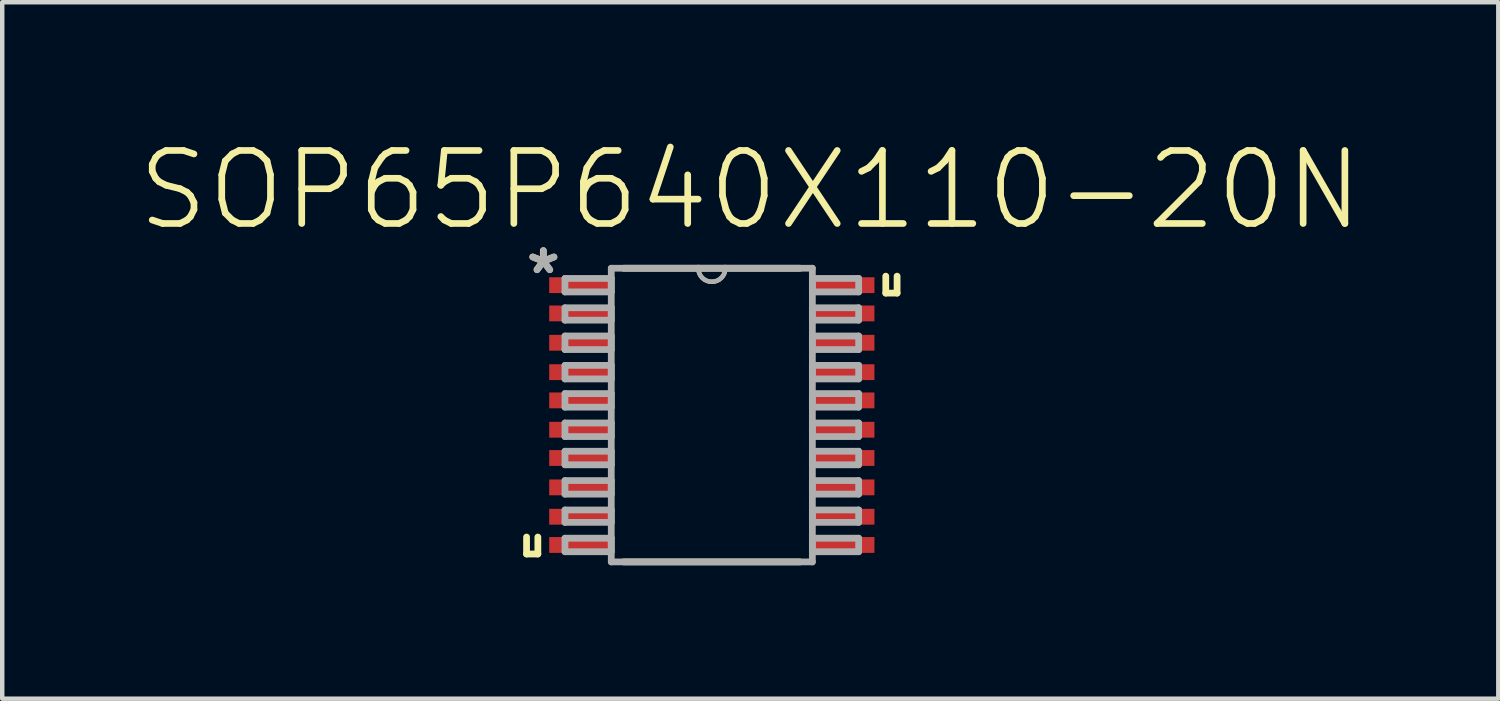
<source format=kicad_pcb>
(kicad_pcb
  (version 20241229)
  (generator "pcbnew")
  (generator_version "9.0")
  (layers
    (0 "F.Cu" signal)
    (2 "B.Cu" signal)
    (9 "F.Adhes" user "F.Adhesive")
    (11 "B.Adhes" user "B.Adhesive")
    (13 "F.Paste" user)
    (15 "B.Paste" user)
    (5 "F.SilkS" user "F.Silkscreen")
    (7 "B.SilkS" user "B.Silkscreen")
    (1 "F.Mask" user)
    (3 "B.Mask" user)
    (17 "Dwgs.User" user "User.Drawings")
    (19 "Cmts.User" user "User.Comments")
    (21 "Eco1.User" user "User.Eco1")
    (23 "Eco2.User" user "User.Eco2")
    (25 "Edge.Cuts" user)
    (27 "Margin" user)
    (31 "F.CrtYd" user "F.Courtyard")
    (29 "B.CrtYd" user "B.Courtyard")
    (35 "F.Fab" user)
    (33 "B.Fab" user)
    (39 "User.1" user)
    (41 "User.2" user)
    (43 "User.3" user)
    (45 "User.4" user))
  (footprint "SOP65P640X110-20N"
    (layer "F.Cu")
    (at 12.957 6.284)
    (property "Reference" "SOP65P640X110-20N" (at 0.865 -5.06 0) (layer "F.SilkS") (effects (font (size 1.642 1.642) (thickness 0.15))))
    (attr smd)
    (fp_line (start -4.166 2.743) (end -4.166 3.124) (stroke (width 0.152) (type solid)) (layer "F.SilkS"))
    (fp_line (start -4.166 3.124) (end -3.912 3.124) (stroke (width 0.152) (type solid)) (layer "F.SilkS"))
    (fp_line (start -3.912 3.124) (end -3.912 2.743) (stroke (width 0.152) (type solid)) (layer "F.SilkS"))
    (fp_line (start -1.981 3.302) (end 1.981 3.302) (stroke (width 0.152) (type solid)) (layer "F.SilkS"))
    (fp_line (start -0.305 -3.302) (end -1.981 -3.302) (stroke (width 0.152) (type solid)) (layer "F.SilkS"))
    (fp_line (start 0.305 -3.302) (end -0.305 -3.302) (stroke (width 0.152) (type solid)) (layer "F.SilkS"))
    (fp_line (start 1.981 -3.302) (end 0.305 -3.302) (stroke (width 0.152) (type solid)) (layer "F.SilkS"))
    (fp_line (start 3.912 -2.743) (end 3.912 -3.124) (stroke (width 0.152) (type solid)) (layer "F.SilkS"))
    (fp_line (start 4.166 -3.124) (end 4.166 -2.743) (stroke (width 0.152) (type solid)) (layer "F.SilkS"))
    (fp_line (start 4.166 -2.743) (end 3.912 -2.743) (stroke (width 0.152) (type solid)) (layer "F.SilkS"))
    (fp_arc (start 0.3048 -3.302) (mid 0 -2.9972) (end -0.3048 -3.302) (stroke (width 0.1) (type solid)) (layer "F.SilkS"))
    (fp_line (start -3.302 -3.073) (end -3.302 -2.769) (stroke (width 0.152) (type solid)) (layer "F.Fab"))
    (fp_line (start -3.302 -2.769) (end -2.261 -2.769) (stroke (width 0.152) (type solid)) (layer "F.Fab"))
    (fp_line (start -3.302 -2.413) (end -3.302 -2.134) (stroke (width 0.152) (type solid)) (layer "F.Fab"))
    (fp_line (start -3.302 -2.134) (end -2.261 -2.134) (stroke (width 0.152) (type solid)) (layer "F.Fab"))
    (fp_line (start -3.302 -1.778) (end -3.302 -1.473) (stroke (width 0.152) (type solid)) (layer "F.Fab"))
    (fp_line (start -3.302 -1.473) (end -2.261 -1.473) (stroke (width 0.152) (type solid)) (layer "F.Fab"))
    (fp_line (start -3.302 -1.118) (end -3.302 -0.813) (stroke (width 0.152) (type solid)) (layer "F.Fab"))
    (fp_line (start -3.302 -0.813) (end -2.261 -0.813) (stroke (width 0.152) (type solid)) (layer "F.Fab"))
    (fp_line (start -3.302 -0.483) (end -3.302 -0.178) (stroke (width 0.152) (type solid)) (layer "F.Fab"))
    (fp_line (start -3.302 -0.178) (end -2.261 -0.178) (stroke (width 0.152) (type solid)) (layer "F.Fab"))
    (fp_line (start -3.302 0.178) (end -3.302 0.483) (stroke (width 0.152) (type solid)) (layer "F.Fab"))
    (fp_line (start -3.302 0.483) (end -2.261 0.483) (stroke (width 0.152) (type solid)) (layer "F.Fab"))
    (fp_line (start -3.302 0.813) (end -3.302 1.118) (stroke (width 0.152) (type solid)) (layer "F.Fab"))
    (fp_line (start -3.302 1.118) (end -2.261 1.118) (stroke (width 0.152) (type solid)) (layer "F.Fab"))
    (fp_line (start -3.302 1.473) (end -3.302 1.778) (stroke (width 0.152) (type solid)) (layer "F.Fab"))
    (fp_line (start -3.302 1.778) (end -2.261 1.778) (stroke (width 0.152) (type solid)) (layer "F.Fab"))
    (fp_line (start -3.302 2.134) (end -3.302 2.413) (stroke (width 0.152) (type solid)) (layer "F.Fab"))
    (fp_line (start -3.302 2.413) (end -2.261 2.413) (stroke (width 0.152) (type solid)) (layer "F.Fab"))
    (fp_line (start -3.302 2.769) (end -3.302 3.073) (stroke (width 0.152) (type solid)) (layer "F.Fab"))
    (fp_line (start -3.302 3.073) (end -2.261 3.073) (stroke (width 0.152) (type solid)) (layer "F.Fab"))
    (fp_line (start -2.261 -3.302) (end -2.261 3.302) (stroke (width 0.152) (type solid)) (layer "F.Fab"))
    (fp_line (start -2.261 -3.073) (end -3.302 -3.073) (stroke (width 0.152) (type solid)) (layer "F.Fab"))
    (fp_line (start -2.261 -2.769) (end -2.261 -3.073) (stroke (width 0.152) (type solid)) (layer "F.Fab"))
    (fp_line (start -2.261 -2.413) (end -3.302 -2.413) (stroke (width 0.152) (type solid)) (layer "F.Fab"))
    (fp_line (start -2.261 -2.134) (end -2.261 -2.413) (stroke (width 0.152) (type solid)) (layer "F.Fab"))
    (fp_line (start -2.261 -1.778) (end -3.302 -1.778) (stroke (width 0.152) (type solid)) (layer "F.Fab"))
    (fp_line (start -2.261 -1.473) (end -2.261 -1.778) (stroke (width 0.152) (type solid)) (layer "F.Fab"))
    (fp_line (start -2.261 -1.118) (end -3.302 -1.118) (stroke (width 0.152) (type solid)) (layer "F.Fab"))
    (fp_line (start -2.261 -0.813) (end -2.261 -1.118) (stroke (width 0.152) (type solid)) (layer "F.Fab"))
    (fp_line (start -2.261 -0.483) (end -3.302 -0.483) (stroke (width 0.152) (type solid)) (layer "F.Fab"))
    (fp_line (start -2.261 -0.178) (end -2.261 -0.483) (stroke (width 0.152) (type solid)) (layer "F.Fab"))
    (fp_line (start -2.261 0.178) (end -3.302 0.178) (stroke (width 0.152) (type solid)) (layer "F.Fab"))
    (fp_line (start -2.261 0.483) (end -2.261 0.178) (stroke (width 0.152) (type solid)) (layer "F.Fab"))
    (fp_line (start -2.261 0.813) (end -3.302 0.813) (stroke (width 0.152) (type solid)) (layer "F.Fab"))
    (fp_line (start -2.261 1.118) (end -2.261 0.813) (stroke (width 0.152) (type solid)) (layer "F.Fab"))
    (fp_line (start -2.261 1.473) (end -3.302 1.473) (stroke (width 0.152) (type solid)) (layer "F.Fab"))
    (fp_line (start -2.261 1.778) (end -2.261 1.473) (stroke (width 0.152) (type solid)) (layer "F.Fab"))
    (fp_line (start -2.261 2.134) (end -3.302 2.134) (stroke (width 0.152) (type solid)) (layer "F.Fab"))
    (fp_line (start -2.261 2.413) (end -2.261 2.134) (stroke (width 0.152) (type solid)) (layer "F.Fab"))
    (fp_line (start -2.261 2.769) (end -3.302 2.769) (stroke (width 0.152) (type solid)) (layer "F.Fab"))
    (fp_line (start -2.261 3.073) (end -2.261 2.769) (stroke (width 0.152) (type solid)) (layer "F.Fab"))
    (fp_line (start -2.261 3.302) (end 2.261 3.302) (stroke (width 0.152) (type solid)) (layer "F.Fab"))
    (fp_line (start -0.305 -3.302) (end -2.261 -3.302) (stroke (width 0.152) (type solid)) (layer "F.Fab"))
    (fp_line (start 0.305 -3.302) (end -0.305 -3.302) (stroke (width 0.152) (type solid)) (layer "F.Fab"))
    (fp_line (start 2.261 -3.302) (end 0.305 -3.302) (stroke (width 0.152) (type solid)) (layer "F.Fab"))
    (fp_line (start 2.261 -3.073) (end 2.261 -2.769) (stroke (width 0.152) (type solid)) (layer "F.Fab"))
    (fp_line (start 2.261 -2.769) (end 3.302 -2.769) (stroke (width 0.152) (type solid)) (layer "F.Fab"))
    (fp_line (start 2.261 -2.413) (end 2.261 -2.134) (stroke (width 0.152) (type solid)) (layer "F.Fab"))
    (fp_line (start 2.261 -2.134) (end 3.302 -2.134) (stroke (width 0.152) (type solid)) (layer "F.Fab"))
    (fp_line (start 2.261 -1.778) (end 2.261 -1.473) (stroke (width 0.152) (type solid)) (layer "F.Fab"))
    (fp_line (start 2.261 -1.473) (end 3.302 -1.473) (stroke (width 0.152) (type solid)) (layer "F.Fab"))
    (fp_line (start 2.261 -1.118) (end 2.261 -0.813) (stroke (width 0.152) (type solid)) (layer "F.Fab"))
    (fp_line (start 2.261 -0.813) (end 3.302 -0.813) (stroke (width 0.152) (type solid)) (layer "F.Fab"))
    (fp_line (start 2.261 -0.483) (end 2.261 -0.178) (stroke (width 0.152) (type solid)) (layer "F.Fab"))
    (fp_line (start 2.261 -0.178) (end 3.302 -0.178) (stroke (width 0.152) (type solid)) (layer "F.Fab"))
    (fp_line (start 2.261 0.178) (end 2.261 0.483) (stroke (width 0.152) (type solid)) (layer "F.Fab"))
    (fp_line (start 2.261 0.483) (end 3.302 0.483) (stroke (width 0.152) (type solid)) (layer "F.Fab"))
    (fp_line (start 2.261 0.813) (end 2.261 1.118) (stroke (width 0.152) (type solid)) (layer "F.Fab"))
    (fp_line (start 2.261 1.118) (end 3.302 1.118) (stroke (width 0.152) (type solid)) (layer "F.Fab"))
    (fp_line (start 2.261 1.473) (end 2.261 1.778) (stroke (width 0.152) (type solid)) (layer "F.Fab"))
    (fp_line (start 2.261 1.778) (end 3.302 1.778) (stroke (width 0.152) (type solid)) (layer "F.Fab"))
    (fp_line (start 2.261 2.134) (end 2.261 2.413) (stroke (width 0.152) (type solid)) (layer "F.Fab"))
    (fp_line (start 2.261 2.413) (end 3.302 2.413) (stroke (width 0.152) (type solid)) (layer "F.Fab"))
    (fp_line (start 2.261 2.769) (end 2.261 3.073) (stroke (width 0.152) (type solid)) (layer "F.Fab"))
    (fp_line (start 2.261 3.073) (end 3.302 3.073) (stroke (width 0.152) (type solid)) (layer "F.Fab"))
    (fp_line (start 2.261 3.302) (end 2.261 -3.302) (stroke (width 0.152) (type solid)) (layer "F.Fab"))
    (fp_line (start 3.302 -3.073) (end 2.261 -3.073) (stroke (width 0.152) (type solid)) (layer "F.Fab"))
    (fp_line (start 3.302 -2.769) (end 3.302 -3.073) (stroke (width 0.152) (type solid)) (layer "F.Fab"))
    (fp_line (start 3.302 -2.413) (end 2.261 -2.413) (stroke (width 0.152) (type solid)) (layer "F.Fab"))
    (fp_line (start 3.302 -2.134) (end 3.302 -2.413) (stroke (width 0.152) (type solid)) (layer "F.Fab"))
    (fp_line (start 3.302 -1.778) (end 2.261 -1.778) (stroke (width 0.152) (type solid)) (layer "F.Fab"))
    (fp_line (start 3.302 -1.473) (end 3.302 -1.778) (stroke (width 0.152) (type solid)) (layer "F.Fab"))
    (fp_line (start 3.302 -1.118) (end 2.261 -1.118) (stroke (width 0.152) (type solid)) (layer "F.Fab"))
    (fp_line (start 3.302 -0.813) (end 3.302 -1.118) (stroke (width 0.152) (type solid)) (layer "F.Fab"))
    (fp_line (start 3.302 -0.483) (end 2.261 -0.483) (stroke (width 0.152) (type solid)) (layer "F.Fab"))
    (fp_line (start 3.302 -0.178) (end 3.302 -0.483) (stroke (width 0.152) (type solid)) (layer "F.Fab"))
    (fp_line (start 3.302 0.178) (end 2.261 0.178) (stroke (width 0.152) (type solid)) (layer "F.Fab"))
    (fp_line (start 3.302 0.483) (end 3.302 0.178) (stroke (width 0.152) (type solid)) (layer "F.Fab"))
    (fp_line (start 3.302 0.813) (end 2.261 0.813) (stroke (width 0.152) (type solid)) (layer "F.Fab"))
    (fp_line (start 3.302 1.118) (end 3.302 0.813) (stroke (width 0.152) (type solid)) (layer "F.Fab"))
    (fp_line (start 3.302 1.473) (end 2.261 1.473) (stroke (width 0.152) (type solid)) (layer "F.Fab"))
    (fp_line (start 3.302 1.778) (end 3.302 1.473) (stroke (width 0.152) (type solid)) (layer "F.Fab"))
    (fp_line (start 3.302 2.134) (end 2.261 2.134) (stroke (width 0.152) (type solid)) (layer "F.Fab"))
    (fp_line (start 3.302 2.413) (end 3.302 2.134) (stroke (width 0.152) (type solid)) (layer "F.Fab"))
    (fp_line (start 3.302 2.769) (end 2.261 2.769) (stroke (width 0.152) (type solid)) (layer "F.Fab"))
    (fp_line (start 3.302 3.073) (end 3.302 2.769) (stroke (width 0.152) (type solid)) (layer "F.Fab"))
    (fp_arc (start 0.3048 -3.302) (mid 0 -2.9972) (end -0.3048 -3.302) (stroke (width 0.1) (type solid)) (layer "F.Fab"))
    (fp_text user "*" (at -3.79 -3.154 0) (layer "F.SilkS") (effects (font (size 1.001 1.001) (thickness 0.15))))
    (fp_text user "*" (at -3.785 -3.15 0) (layer "F.Fab") (effects (font (size 1 1) (thickness 0.15))))
    (pad "1" smd rect (at -2.946 -2.921) (size 1.422 0.356) (layers "F.Cu" "F.Mask" "F.Paste"))
    (pad "2" smd rect (at -2.946 -2.286) (size 1.422 0.356) (layers "F.Cu" "F.Mask" "F.Paste"))
    (pad "3" smd rect (at -2.946 -1.626) (size 1.422 0.356) (layers "F.Cu" "F.Mask" "F.Paste"))
    (pad "4" smd rect (at -2.946 -0.965) (size 1.422 0.356) (layers "F.Cu" "F.Mask" "F.Paste"))
    (pad "5" smd rect (at -2.946 -0.33) (size 1.422 0.356) (layers "F.Cu" "F.Mask" "F.Paste"))
    (pad "6" smd rect (at -2.946 0.33) (size 1.422 0.356) (layers "F.Cu" "F.Mask" "F.Paste"))
    (pad "7" smd rect (at -2.946 0.965) (size 1.422 0.356) (layers "F.Cu" "F.Mask" "F.Paste"))
    (pad "8" smd rect (at -2.946 1.626) (size 1.422 0.356) (layers "F.Cu" "F.Mask" "F.Paste"))
    (pad "9" smd rect (at -2.946 2.286) (size 1.422 0.356) (layers "F.Cu" "F.Mask" "F.Paste"))
    (pad "10" smd rect (at -2.946 2.921) (size 1.422 0.356) (layers "F.Cu" "F.Mask" "F.Paste"))
    (pad "11" smd rect (at 2.946 2.921) (size 1.422 0.356) (layers "F.Cu" "F.Mask" "F.Paste"))
    (pad "12" smd rect (at 2.946 2.286) (size 1.422 0.356) (layers "F.Cu" "F.Mask" "F.Paste"))
    (pad "13" smd rect (at 2.946 1.626) (size 1.422 0.356) (layers "F.Cu" "F.Mask" "F.Paste"))
    (pad "14" smd rect (at 2.946 0.965) (size 1.422 0.356) (layers "F.Cu" "F.Mask" "F.Paste"))
    (pad "15" smd rect (at 2.946 0.33) (size 1.422 0.356) (layers "F.Cu" "F.Mask" "F.Paste"))
    (pad "16" smd rect (at 2.946 -0.33) (size 1.422 0.356) (layers "F.Cu" "F.Mask" "F.Paste"))
    (pad "17" smd rect (at 2.946 -0.965) (size 1.422 0.356) (layers "F.Cu" "F.Mask" "F.Paste"))
    (pad "18" smd rect (at 2.946 -1.626) (size 1.422 0.356) (layers "F.Cu" "F.Mask" "F.Paste"))
    (pad "19" smd rect (at 2.946 -2.286) (size 1.422 0.356) (layers "F.Cu" "F.Mask" "F.Paste"))
    (pad "20" smd rect (at 2.946 -2.921) (size 1.422 0.356) (layers "F.Cu" "F.Mask" "F.Paste")))
  (gr_rect
    (start -3 -3)
    (end 30.643 12.662)
    (stroke (width 0.1) (type default))
    (fill no)
    (layer "Edge.Cuts")))
</source>
